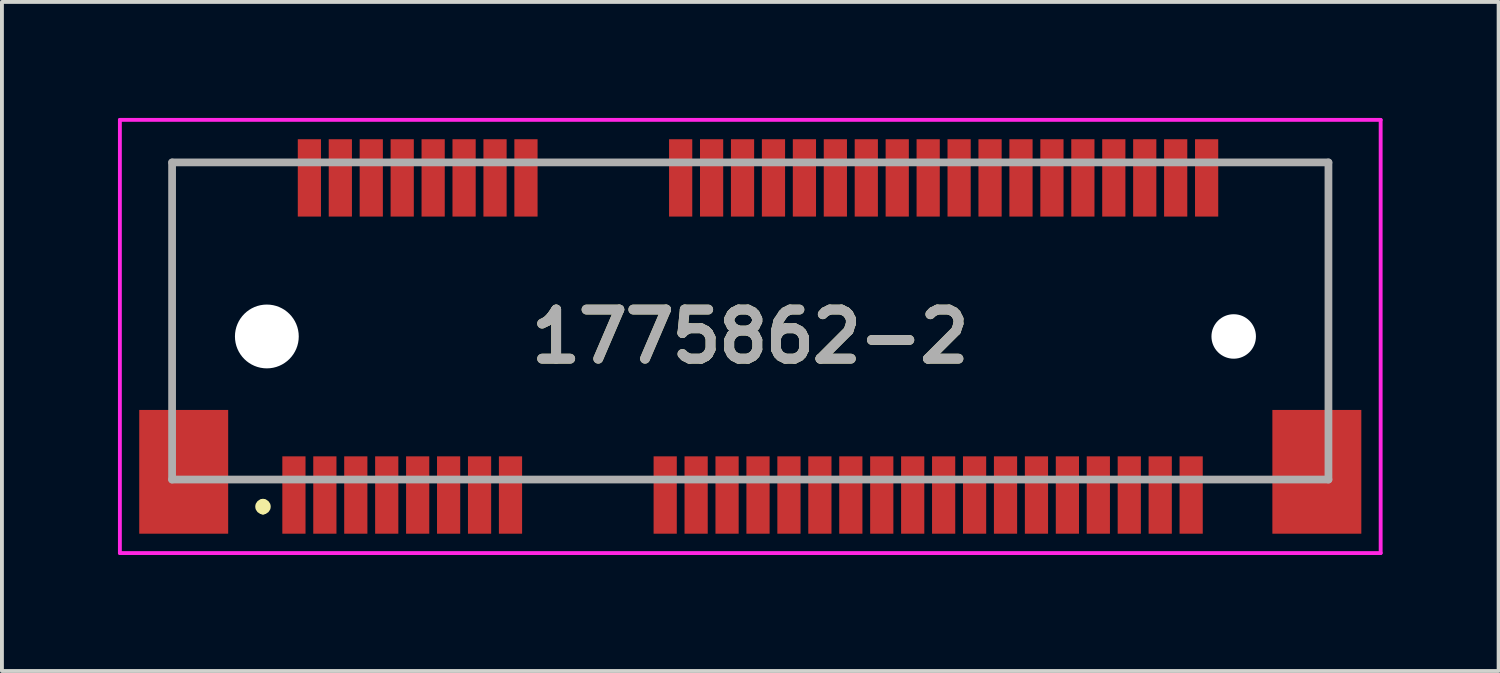
<source format=kicad_pcb>
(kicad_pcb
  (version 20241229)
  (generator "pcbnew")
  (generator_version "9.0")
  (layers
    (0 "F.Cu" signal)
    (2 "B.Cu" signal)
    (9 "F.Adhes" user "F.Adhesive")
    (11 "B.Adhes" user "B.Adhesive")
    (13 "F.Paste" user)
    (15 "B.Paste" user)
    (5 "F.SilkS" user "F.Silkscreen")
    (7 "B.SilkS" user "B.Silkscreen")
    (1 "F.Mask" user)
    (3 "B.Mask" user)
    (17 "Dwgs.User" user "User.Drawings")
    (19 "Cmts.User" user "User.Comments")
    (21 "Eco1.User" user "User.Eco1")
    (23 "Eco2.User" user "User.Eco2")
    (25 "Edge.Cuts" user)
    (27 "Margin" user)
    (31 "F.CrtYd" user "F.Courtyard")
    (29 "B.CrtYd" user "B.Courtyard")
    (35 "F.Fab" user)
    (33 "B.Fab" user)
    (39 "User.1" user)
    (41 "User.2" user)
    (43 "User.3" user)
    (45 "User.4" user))
  (footprint "1775862-2"
    (layer "F.Cu")
    (at 16.35 5.65)
    (property "Reference" "1775862-2" (at 0 0 0) (layer "F.SilkS") (effects (font (size 1.27 1.27) (thickness 0.254))))
    (attr through_hole)
    (fp_line (start -14.95 -4.5) (end -14.95 1) (stroke (width 0.1) (type solid)) (layer "F.SilkS"))
    (fp_line (start -13.2 3.7) (end -12.5 3.7) (stroke (width 0.1) (type solid)) (layer "F.SilkS"))
    (fp_line (start -12.6 4.3) (end -12.6 4.3) (stroke (width 0.2) (type solid)) (layer "F.SilkS"))
    (fp_line (start -12.6 4.5) (end -12.6 4.5) (stroke (width 0.2) (type solid)) (layer "F.SilkS"))
    (fp_line (start -12.5 -4.5) (end -14.95 -4.5) (stroke (width 0.1) (type solid)) (layer "F.SilkS"))
    (fp_line (start -5.5 -4.5) (end -3 -4.5) (stroke (width 0.1) (type solid)) (layer "F.SilkS"))
    (fp_line (start -5 3.7) (end -3.5 3.7) (stroke (width 0.1) (type solid)) (layer "F.SilkS"))
    (fp_line (start 12 3.7) (end 13.2 3.7) (stroke (width 0.1) (type solid)) (layer "F.SilkS"))
    (fp_line (start 13 -4.5) (end 14.95 -4.5) (stroke (width 0.1) (type solid)) (layer "F.SilkS"))
    (fp_line (start 14.95 -4.5) (end 14.95 1) (stroke (width 0.1) (type solid)) (layer "F.SilkS"))
    (fp_arc (start -12.6 4.3) (mid -12.5 4.4) (end -12.6 4.5) (stroke (width 0.2) (type solid)) (layer "F.SilkS"))
    (fp_arc (start -12.6 4.5) (mid -12.7 4.4) (end -12.6 4.3) (stroke (width 0.2) (type solid)) (layer "F.SilkS"))
    (fp_line (start -16.3 -5.6) (end 16.3 -5.6) (stroke (width 0.1) (type solid)) (layer "F.CrtYd"))
    (fp_line (start -16.3 5.6) (end -16.3 -5.6) (stroke (width 0.1) (type solid)) (layer "F.CrtYd"))
    (fp_line (start 16.3 -5.6) (end 16.3 5.6) (stroke (width 0.1) (type solid)) (layer "F.CrtYd"))
    (fp_line (start 16.3 5.6) (end -16.3 5.6) (stroke (width 0.1) (type solid)) (layer "F.CrtYd"))
    (fp_line (start -14.95 -4.5) (end 14.95 -4.5) (stroke (width 0.2) (type solid)) (layer "F.Fab"))
    (fp_line (start -14.95 3.7) (end -14.95 -4.5) (stroke (width 0.2) (type solid)) (layer "F.Fab"))
    (fp_line (start 14.95 -4.5) (end 14.95 3.7) (stroke (width 0.2) (type solid)) (layer "F.Fab"))
    (fp_line (start 14.95 3.7) (end -14.95 3.7) (stroke (width 0.2) (type solid)) (layer "F.Fab"))
    (fp_text user "${REFERENCE}" (at 0 0 0) (layer "F.Fab") (effects (font (size 1.27 1.27) (thickness 0.254))))
    (pad "" np_thru_hole circle (at -12.5 0) (size 1.65 1.65) (drill 1.65) (layers "*.Cu" "*.Mask"))
    (pad "" np_thru_hole circle (at 12.5 0) (size 1.15 1.15) (drill 1.15) (layers "*.Cu" "*.Mask"))
    (pad "1" smd rect (at -11.8 4.1) (size 0.6 2) (layers "F.Cu" "F.Mask" "F.Paste"))
    (pad "2" smd rect (at -11.4 -4.1) (size 0.6 2) (layers "F.Cu" "F.Mask" "F.Paste"))
    (pad "3" smd rect (at -11 4.1) (size 0.6 2) (layers "F.Cu" "F.Mask" "F.Paste"))
    (pad "4" smd rect (at -10.6 -4.1) (size 0.6 2) (layers "F.Cu" "F.Mask" "F.Paste"))
    (pad "5" smd rect (at -10.2 4.1) (size 0.6 2) (layers "F.Cu" "F.Mask" "F.Paste"))
    (pad "6" smd rect (at -9.8 -4.1) (size 0.6 2) (layers "F.Cu" "F.Mask" "F.Paste"))
    (pad "7" smd rect (at -9.4 4.1) (size 0.6 2) (layers "F.Cu" "F.Mask" "F.Paste"))
    (pad "8" smd rect (at -9 -4.1) (size 0.6 2) (layers "F.Cu" "F.Mask" "F.Paste"))
    (pad "9" smd rect (at -8.6 4.1) (size 0.6 2) (layers "F.Cu" "F.Mask" "F.Paste"))
    (pad "10" smd rect (at -8.2 -4.1) (size 0.6 2) (layers "F.Cu" "F.Mask" "F.Paste"))
    (pad "11" smd rect (at -7.8 4.1) (size 0.6 2) (layers "F.Cu" "F.Mask" "F.Paste"))
    (pad "12" smd rect (at -7.4 -4.1) (size 0.6 2) (layers "F.Cu" "F.Mask" "F.Paste"))
    (pad "13" smd rect (at -7 4.1) (size 0.6 2) (layers "F.Cu" "F.Mask" "F.Paste"))
    (pad "14" smd rect (at -6.6 -4.1) (size 0.6 2) (layers "F.Cu" "F.Mask" "F.Paste"))
    (pad "15" smd rect (at -6.2 4.1) (size 0.6 2) (layers "F.Cu" "F.Mask" "F.Paste"))
    (pad "16" smd rect (at -5.8 -4.1) (size 0.6 2) (layers "F.Cu" "F.Mask" "F.Paste"))
    (pad "17" smd rect (at -2.2 4.1) (size 0.6 2) (layers "F.Cu" "F.Mask" "F.Paste"))
    (pad "18" smd rect (at -1.8 -4.1) (size 0.6 2) (layers "F.Cu" "F.Mask" "F.Paste"))
    (pad "19" smd rect (at -1.4 4.1) (size 0.6 2) (layers "F.Cu" "F.Mask" "F.Paste"))
    (pad "20" smd rect (at -1 -4.1) (size 0.6 2) (layers "F.Cu" "F.Mask" "F.Paste"))
    (pad "21" smd rect (at -0.6 4.1) (size 0.6 2) (layers "F.Cu" "F.Mask" "F.Paste"))
    (pad "22" smd rect (at -0.2 -4.1) (size 0.6 2) (layers "F.Cu" "F.Mask" "F.Paste"))
    (pad "23" smd rect (at 0.2 4.1) (size 0.6 2) (layers "F.Cu" "F.Mask" "F.Paste"))
    (pad "24" smd rect (at 0.6 -4.1) (size 0.6 2) (layers "F.Cu" "F.Mask" "F.Paste"))
    (pad "25" smd rect (at 1 4.1) (size 0.6 2) (layers "F.Cu" "F.Mask" "F.Paste"))
    (pad "26" smd rect (at 1.4 -4.1) (size 0.6 2) (layers "F.Cu" "F.Mask" "F.Paste"))
    (pad "27" smd rect (at 1.8 4.1) (size 0.6 2) (layers "F.Cu" "F.Mask" "F.Paste"))
    (pad "28" smd rect (at 2.2 -4.1) (size 0.6 2) (layers "F.Cu" "F.Mask" "F.Paste"))
    (pad "29" smd rect (at 2.6 4.1) (size 0.6 2) (layers "F.Cu" "F.Mask" "F.Paste"))
    (pad "30" smd rect (at 3 -4.1) (size 0.6 2) (layers "F.Cu" "F.Mask" "F.Paste"))
    (pad "31" smd rect (at 3.4 4.1) (size 0.6 2) (layers "F.Cu" "F.Mask" "F.Paste"))
    (pad "32" smd rect (at 3.8 -4.1) (size 0.6 2) (layers "F.Cu" "F.Mask" "F.Paste"))
    (pad "33" smd rect (at 4.2 4.1) (size 0.6 2) (layers "F.Cu" "F.Mask" "F.Paste"))
    (pad "34" smd rect (at 4.6 -4.1) (size 0.6 2) (layers "F.Cu" "F.Mask" "F.Paste"))
    (pad "35" smd rect (at 5 4.1) (size 0.6 2) (layers "F.Cu" "F.Mask" "F.Paste"))
    (pad "36" smd rect (at 5.4 -4.1) (size 0.6 2) (layers "F.Cu" "F.Mask" "F.Paste"))
    (pad "37" smd rect (at 5.8 4.1) (size 0.6 2) (layers "F.Cu" "F.Mask" "F.Paste"))
    (pad "38" smd rect (at 6.2 -4.1) (size 0.6 2) (layers "F.Cu" "F.Mask" "F.Paste"))
    (pad "39" smd rect (at 6.6 4.1) (size 0.6 2) (layers "F.Cu" "F.Mask" "F.Paste"))
    (pad "40" smd rect (at 7 -4.1) (size 0.6 2) (layers "F.Cu" "F.Mask" "F.Paste"))
    (pad "41" smd rect (at 7.4 4.1) (size 0.6 2) (layers "F.Cu" "F.Mask" "F.Paste"))
    (pad "42" smd rect (at 7.8 -4.1) (size 0.6 2) (layers "F.Cu" "F.Mask" "F.Paste"))
    (pad "43" smd rect (at 8.2 4.1) (size 0.6 2) (layers "F.Cu" "F.Mask" "F.Paste"))
    (pad "44" smd rect (at 8.6 -4.1) (size 0.6 2) (layers "F.Cu" "F.Mask" "F.Paste"))
    (pad "45" smd rect (at 9 4.1) (size 0.6 2) (layers "F.Cu" "F.Mask" "F.Paste"))
    (pad "46" smd rect (at 9.4 -4.1) (size 0.6 2) (layers "F.Cu" "F.Mask" "F.Paste"))
    (pad "47" smd rect (at 9.8 4.1) (size 0.6 2) (layers "F.Cu" "F.Mask" "F.Paste"))
    (pad "48" smd rect (at 10.2 -4.1) (size 0.6 2) (layers "F.Cu" "F.Mask" "F.Paste"))
    (pad "49" smd rect (at 10.6 4.1) (size 0.6 2) (layers "F.Cu" "F.Mask" "F.Paste"))
    (pad "50" smd rect (at 11 -4.1) (size 0.6 2) (layers "F.Cu" "F.Mask" "F.Paste"))
    (pad "51" smd rect (at 11.4 4.1) (size 0.6 2) (layers "F.Cu" "F.Mask" "F.Paste"))
    (pad "52" smd rect (at 11.8 -4.1) (size 0.6 2) (layers "F.Cu" "F.Mask" "F.Paste"))
    (pad "MP1" smd rect (at -14.65 3.5) (size 2.3 3.2) (layers "F.Cu" "F.Mask" "F.Paste"))
    (pad "MP2" smd rect (at 14.65 3.5) (size 2.3 3.2) (layers "F.Cu" "F.Mask" "F.Paste")))
  (gr_rect
    (start -3 -3)
    (end 35.7 14.3)
    (stroke (width 0.1) (type default))
    (fill no)
    (layer "Edge.Cuts")))
</source>
